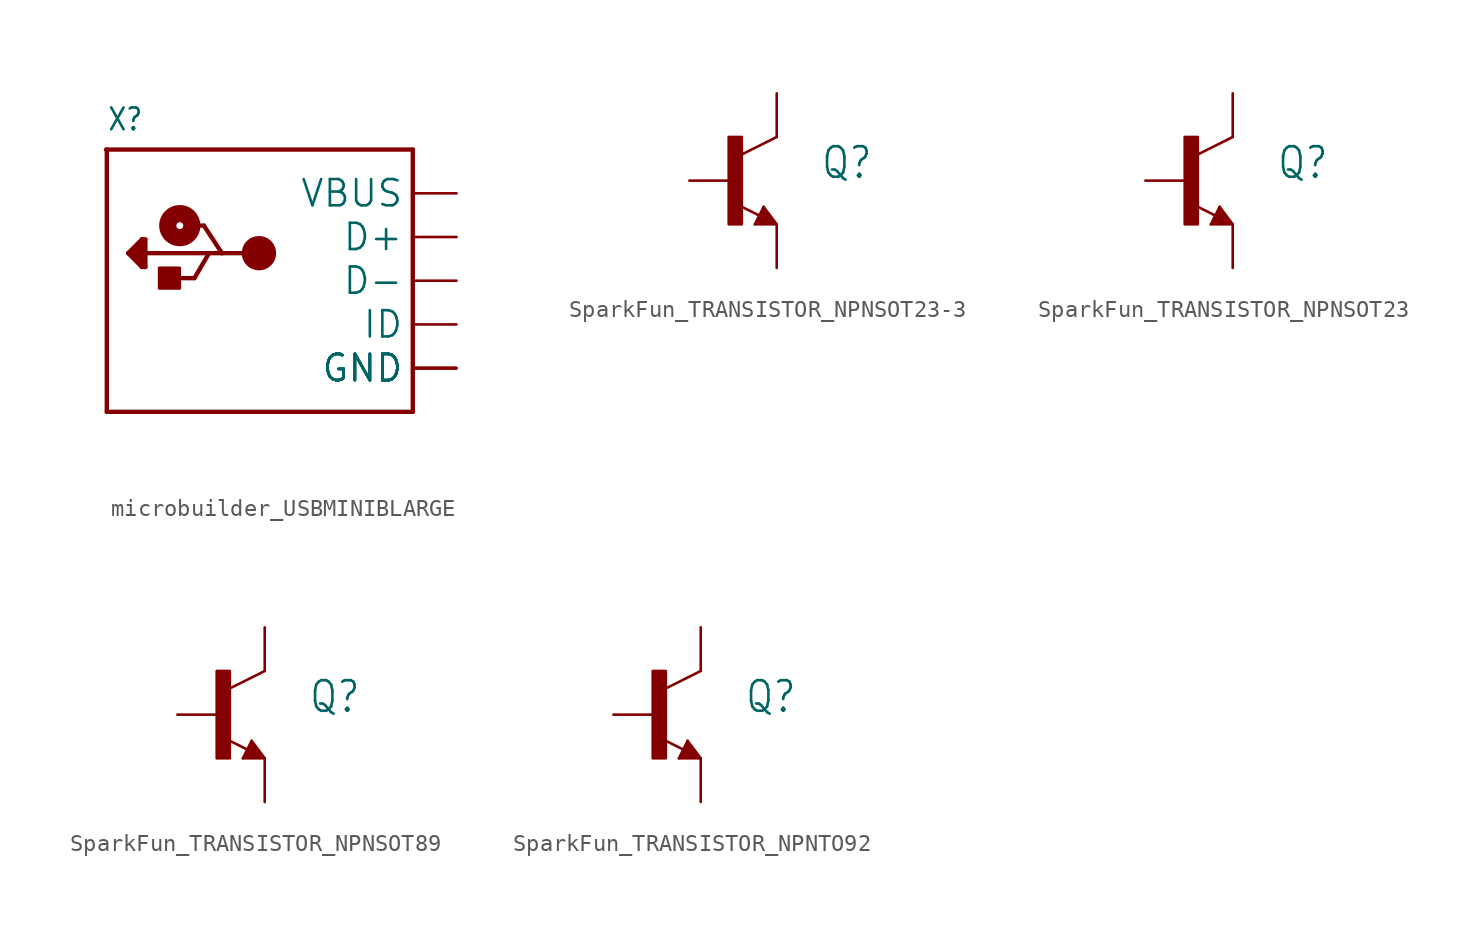
<source format=kicad_sym>
(kicad_symbol_lib
  (version 20241209)
  (generator "kicad_symbol_editor")
  (generator_version "9.0")
  (symbol "microbuilder_USBMINIBLARGE"
    (property "Reference" "X"
      (at -10.16 8.636 0)
      (effects (font (size 1.27 1.079)) (justify left bottom)))
    (property "Value" ""
      (at -10.16 -10.16 0)
      (effects (font (size 1.27 1.079)) (justify left bottom)))
    (property "ki_locked" ""
      (at 0 0 0)
      (effects (font (size 1.27 1.27))))
    (symbol "microbuilder_USBMINIBLARGE_1_0"
      (polyline (pts (xy -10.2 7.62) (xy -10.16 7.62)) (stroke (width 0.254) (type solid)) (fill (type none)))
      (polyline (pts (xy -10.16 7.62) (xy -10.16 -7.62)) (stroke (width 0.254) (type solid)) (fill (type none)))
      (polyline (pts (xy -10.16 7.62) (xy 7.62 7.62)) (stroke (width 0.254) (type solid)) (fill (type none)))
      (polyline (pts (xy -10.16 -7.62) (xy 7.62 -7.62)) (stroke (width 0.254) (type solid)) (fill (type none)))
      (polyline (pts (xy -8.92 1.6) (xy -8.12 2.4)) (stroke (width 0.254) (type solid)) (fill (type none)))
      (polyline (pts (xy -8.52 1.6) (xy -8.52 1.4)) (stroke (width 0.254) (type solid)) (fill (type none)))
      (polyline (pts (xy -8.52 1.4) (xy -8.32 1.2)) (stroke (width 0.254) (type solid)) (fill (type none)))
      (polyline (pts (xy -8.32 2) (xy -8.72 1.6)) (stroke (width 0.254) (type solid)) (fill (type none)))
      (polyline (pts (xy -8.32 1.2) (xy -8.32 2)) (stroke (width 0.254) (type solid)) (fill (type none)))
      (polyline (pts (xy -8.12 2.4) (xy -7.92 2.4)) (stroke (width 0.254) (type solid)) (fill (type none)))
      (polyline (pts (xy -8.12 1) (xy -8.12 2.4)) (stroke (width 0.254) (type solid)) (fill (type none)))
      (polyline (pts (xy -8.12 0.8) (xy -8.92 1.6)) (stroke (width 0.254) (type solid)) (fill (type none)))
      (polyline (pts (xy -7.92 2.4) (xy -7.92 1.6)) (stroke (width 0.254) (type solid)) (fill (type none)))
      (polyline (pts (xy -7.92 1.6) (xy -7.92 0.8)) (stroke (width 0.254) (type solid)) (fill (type none)))
      (polyline (pts (xy -7.92 0.8) (xy -8.12 0.8)) (stroke (width 0.254) (type solid)) (fill (type none)))
      (rectangle (start -7.12 -0.45) (end -5.92 0.75) (stroke (width 0) (type default)) (fill (type outline)))
      (polyline (pts (xy -6.27 0.15) (xy -5.07 0.15)) (stroke (width 0.254) (type solid)) (fill (type none)))
      (circle (center -5.92 3.2) (radius 0.2) (stroke (width 1) (type solid)) (fill (type none)))
      (polyline (pts (xy -5.52 3.2) (xy -4.52 3.2)) (stroke (width 0.254) (type solid)) (fill (type none)))
      (polyline (pts (xy -5.07 0.15) (xy -4.22 1.6)) (stroke (width 0.254) (type solid)) (fill (type none)))
      (polyline (pts (xy -4.52 3.2) (xy -3.47 1.6)) (stroke (width 0.254) (type solid)) (fill (type none)))
      (polyline (pts (xy -4.22 1.6) (xy -7.92 1.6)) (stroke (width 0.254) (type solid)) (fill (type none)))
      (polyline (pts (xy -3.47 1.6) (xy -4.22 1.6)) (stroke (width 0.254) (type solid)) (fill (type none)))
      (circle (center -1.32 1.6) (radius 0.5) (stroke (width 1) (type solid)) (fill (type none)))
      (polyline (pts (xy -1.32 1.6) (xy -3.47 1.6)) (stroke (width 0.254) (type solid)) (fill (type none)))
      (polyline (pts (xy 7.62 7.62) (xy 7.62 -7.62)) (stroke (width 0.254) (type solid)) (fill (type none)))
      (pin power_in line (at 10.16 5.08 180) (length 2.54) (name "VBUS" (effects (font (size 1.524 1.524)))) (number "VBUS" (effects (font (size 0 0)))))
      (pin bidirectional line (at 10.16 2.54 180) (length 2.54) (name "D+" (effects (font (size 1.524 1.524)))) (number "D+" (effects (font (size 0 0)))))
      (pin bidirectional line (at 10.16 0 180) (length 2.54) (name "D-" (effects (font (size 1.524 1.524)))) (number "D-" (effects (font (size 0 0)))))
      (pin bidirectional line (at 10.16 -2.54 180) (length 2.54) (name "ID" (effects (font (size 1.524 1.524)))) (number "ID" (effects (font (size 0 0)))))
      (pin power_in line (at 10.16 -5.08 180) (length 2.54) (name "GND" (effects (font (size 1.524 1.524)))) (number "GND" (effects (font (size 0 0)))))
      (pin power_in line (at 10.16 -5.08 180) (length 2.54) (name "GND" (effects (font (size 1.524 1.524)))) (number "GND1" (effects (font (size 0 0)))))
      (pin power_in line (at 10.16 -5.08 180) (length 2.54) (name "GND" (effects (font (size 1.524 1.524)))) (number "GND2" (effects (font (size 0 0)))))
      (pin power_in line (at 10.16 -5.08 180) (length 2.54) (name "GND" (effects (font (size 1.524 1.524)))) (number "GND3" (effects (font (size 0 0)))))
      (pin power_in line (at 10.16 -5.08 180) (length 2.54) (name "GND" (effects (font (size 1.524 1.524)))) (number "GND4" (effects (font (size 0 0)))))))
  (symbol "SparkFun_TRANSISTOR_NPNSOT23-3"
    (property "Reference" "Q"
      (at 5.08 0 0)
      (effects (font (size 1.778 1.511)) (justify left bottom)))
    (property "Value" ""
      (at 5.08 -2.54 0)
      (effects (font (size 1.778 1.511)) (justify left bottom)))
    (property "ki_locked" ""
      (at 0 0 0)
      (effects (font (size 1.27 1.27))))
    (symbol "SparkFun_TRANSISTOR_NPNSOT23-3_1_0"
      (rectangle (start -0.254 -2.54) (end 0.508 2.54) (stroke (width 0) (type default)) (fill (type outline)))
      (polyline (pts (xy 1.27 -2.54) (xy 1.778 -1.524)) (stroke (width 0.152) (type solid)) (fill (type none)))
      (polyline (pts (xy 1.524 -2.286) (xy 1.905 -2.286)) (stroke (width 0.254) (type solid)) (fill (type none)))
      (polyline (pts (xy 1.524 -2.413) (xy 2.286 -2.413)) (stroke (width 0.254) (type solid)) (fill (type none)))
      (polyline (pts (xy 1.54 -2.04) (xy 0.308 -1.424)) (stroke (width 0.152) (type solid)) (fill (type none)))
      (polyline (pts (xy 1.778 -1.524) (xy 2.54 -2.54)) (stroke (width 0.152) (type solid)) (fill (type none)))
      (polyline (pts (xy 1.778 -1.778) (xy 1.524 -2.286)) (stroke (width 0.254) (type solid)) (fill (type none)))
      (polyline (pts (xy 1.905 -2.286) (xy 1.778 -2.032)) (stroke (width 0.254) (type solid)) (fill (type none)))
      (polyline (pts (xy 2.286 -2.413) (xy 1.778 -1.778)) (stroke (width 0.254) (type solid)) (fill (type none)))
      (polyline (pts (xy 2.54 2.54) (xy 0.508 1.524)) (stroke (width 0.152) (type solid)) (fill (type none)))
      (polyline (pts (xy 2.54 -2.54) (xy 1.27 -2.54)) (stroke (width 0.152) (type solid)) (fill (type none)))
      (pin passive line (at -2.54 0 0) (length 2.54) (name "B" (effects (font (size 0 0)))) (number "1" (effects (font (size 0 0)))))
      (pin passive line (at 2.54 5.08 270) (length 2.54) (name "C" (effects (font (size 0 0)))) (number "3" (effects (font (size 0 0)))))
      (pin passive line (at 2.54 -5.08 90) (length 2.54) (name "E" (effects (font (size 0 0)))) (number "2" (effects (font (size 0 0)))))))
  (symbol "SparkFun_TRANSISTOR_NPNSOT23"
    (property "Reference" "Q"
      (at 5.08 0 0)
      (effects (font (size 1.778 1.511)) (justify left bottom)))
    (property "Value" ""
      (at 5.08 -2.54 0)
      (effects (font (size 1.778 1.511)) (justify left bottom)))
    (property "ki_locked" ""
      (at 0 0 0)
      (effects (font (size 1.27 1.27))))
    (symbol "SparkFun_TRANSISTOR_NPNSOT23_1_0"
      (rectangle (start -0.254 -2.54) (end 0.508 2.54) (stroke (width 0) (type default)) (fill (type outline)))
      (polyline (pts (xy 1.27 -2.54) (xy 1.778 -1.524)) (stroke (width 0.152) (type solid)) (fill (type none)))
      (polyline (pts (xy 1.524 -2.286) (xy 1.905 -2.286)) (stroke (width 0.254) (type solid)) (fill (type none)))
      (polyline (pts (xy 1.524 -2.413) (xy 2.286 -2.413)) (stroke (width 0.254) (type solid)) (fill (type none)))
      (polyline (pts (xy 1.54 -2.04) (xy 0.308 -1.424)) (stroke (width 0.152) (type solid)) (fill (type none)))
      (polyline (pts (xy 1.778 -1.524) (xy 2.54 -2.54)) (stroke (width 0.152) (type solid)) (fill (type none)))
      (polyline (pts (xy 1.778 -1.778) (xy 1.524 -2.286)) (stroke (width 0.254) (type solid)) (fill (type none)))
      (polyline (pts (xy 1.905 -2.286) (xy 1.778 -2.032)) (stroke (width 0.254) (type solid)) (fill (type none)))
      (polyline (pts (xy 2.286 -2.413) (xy 1.778 -1.778)) (stroke (width 0.254) (type solid)) (fill (type none)))
      (polyline (pts (xy 2.54 2.54) (xy 0.508 1.524)) (stroke (width 0.152) (type solid)) (fill (type none)))
      (polyline (pts (xy 2.54 -2.54) (xy 1.27 -2.54)) (stroke (width 0.152) (type solid)) (fill (type none)))
      (pin passive line (at -2.54 0 0) (length 2.54) (name "B" (effects (font (size 0 0)))) (number "1" (effects (font (size 0 0)))))
      (pin passive line (at 2.54 5.08 270) (length 2.54) (name "C" (effects (font (size 0 0)))) (number "3" (effects (font (size 0 0)))))
      (pin passive line (at 2.54 -5.08 90) (length 2.54) (name "E" (effects (font (size 0 0)))) (number "2" (effects (font (size 0 0)))))))
  (symbol "SparkFun_TRANSISTOR_NPNSOT89"
    (property "Reference" "Q"
      (at 5.08 0 0)
      (effects (font (size 1.778 1.511)) (justify left bottom)))
    (property "Value" ""
      (at 5.08 -2.54 0)
      (effects (font (size 1.778 1.511)) (justify left bottom)))
    (property "ki_locked" ""
      (at 0 0 0)
      (effects (font (size 1.27 1.27))))
    (symbol "SparkFun_TRANSISTOR_NPNSOT89_1_0"
      (rectangle (start -0.254 -2.54) (end 0.508 2.54) (stroke (width 0) (type default)) (fill (type outline)))
      (polyline (pts (xy 1.27 -2.54) (xy 1.778 -1.524)) (stroke (width 0.152) (type solid)) (fill (type none)))
      (polyline (pts (xy 1.524 -2.286) (xy 1.905 -2.286)) (stroke (width 0.254) (type solid)) (fill (type none)))
      (polyline (pts (xy 1.524 -2.413) (xy 2.286 -2.413)) (stroke (width 0.254) (type solid)) (fill (type none)))
      (polyline (pts (xy 1.54 -2.04) (xy 0.308 -1.424)) (stroke (width 0.152) (type solid)) (fill (type none)))
      (polyline (pts (xy 1.778 -1.524) (xy 2.54 -2.54)) (stroke (width 0.152) (type solid)) (fill (type none)))
      (polyline (pts (xy 1.778 -1.778) (xy 1.524 -2.286)) (stroke (width 0.254) (type solid)) (fill (type none)))
      (polyline (pts (xy 1.905 -2.286) (xy 1.778 -2.032)) (stroke (width 0.254) (type solid)) (fill (type none)))
      (polyline (pts (xy 2.286 -2.413) (xy 1.778 -1.778)) (stroke (width 0.254) (type solid)) (fill (type none)))
      (polyline (pts (xy 2.54 2.54) (xy 0.508 1.524)) (stroke (width 0.152) (type solid)) (fill (type none)))
      (polyline (pts (xy 2.54 -2.54) (xy 1.27 -2.54)) (stroke (width 0.152) (type solid)) (fill (type none)))
      (pin passive line (at -2.54 0 0) (length 2.54) (name "B" (effects (font (size 0 0)))) (number "1" (effects (font (size 0 0)))))
      (pin passive line (at 2.54 5.08 270) (length 2.54) (name "C" (effects (font (size 0 0)))) (number "2" (effects (font (size 0 0)))))
      (pin passive line (at 2.54 -5.08 90) (length 2.54) (name "E" (effects (font (size 0 0)))) (number "3" (effects (font (size 0 0)))))))
  (symbol "SparkFun_TRANSISTOR_NPNTO92"
    (property "Reference" "Q"
      (at 5.08 0 0)
      (effects (font (size 1.778 1.511)) (justify left bottom)))
    (property "Value" ""
      (at 5.08 -2.54 0)
      (effects (font (size 1.778 1.511)) (justify left bottom)))
    (property "ki_locked" ""
      (at 0 0 0)
      (effects (font (size 1.27 1.27))))
    (symbol "SparkFun_TRANSISTOR_NPNTO92_1_0"
      (rectangle (start -0.254 -2.54) (end 0.508 2.54) (stroke (width 0) (type default)) (fill (type outline)))
      (polyline (pts (xy 1.27 -2.54) (xy 1.778 -1.524)) (stroke (width 0.152) (type solid)) (fill (type none)))
      (polyline (pts (xy 1.524 -2.286) (xy 1.905 -2.286)) (stroke (width 0.254) (type solid)) (fill (type none)))
      (polyline (pts (xy 1.524 -2.413) (xy 2.286 -2.413)) (stroke (width 0.254) (type solid)) (fill (type none)))
      (polyline (pts (xy 1.54 -2.04) (xy 0.308 -1.424)) (stroke (width 0.152) (type solid)) (fill (type none)))
      (polyline (pts (xy 1.778 -1.524) (xy 2.54 -2.54)) (stroke (width 0.152) (type solid)) (fill (type none)))
      (polyline (pts (xy 1.778 -1.778) (xy 1.524 -2.286)) (stroke (width 0.254) (type solid)) (fill (type none)))
      (polyline (pts (xy 1.905 -2.286) (xy 1.778 -2.032)) (stroke (width 0.254) (type solid)) (fill (type none)))
      (polyline (pts (xy 2.286 -2.413) (xy 1.778 -1.778)) (stroke (width 0.254) (type solid)) (fill (type none)))
      (polyline (pts (xy 2.54 2.54) (xy 0.508 1.524)) (stroke (width 0.152) (type solid)) (fill (type none)))
      (polyline (pts (xy 2.54 -2.54) (xy 1.27 -2.54)) (stroke (width 0.152) (type solid)) (fill (type none)))
      (pin passive line (at -2.54 0 0) (length 2.54) (name "B" (effects (font (size 0 0)))) (number "2" (effects (font (size 0 0)))))
      (pin passive line (at 2.54 5.08 270) (length 2.54) (name "C" (effects (font (size 0 0)))) (number "3" (effects (font (size 0 0)))))
      (pin passive line (at 2.54 -5.08 90) (length 2.54) (name "E" (effects (font (size 0 0)))) (number "1" (effects (font (size 0 0))))))))
</source>
